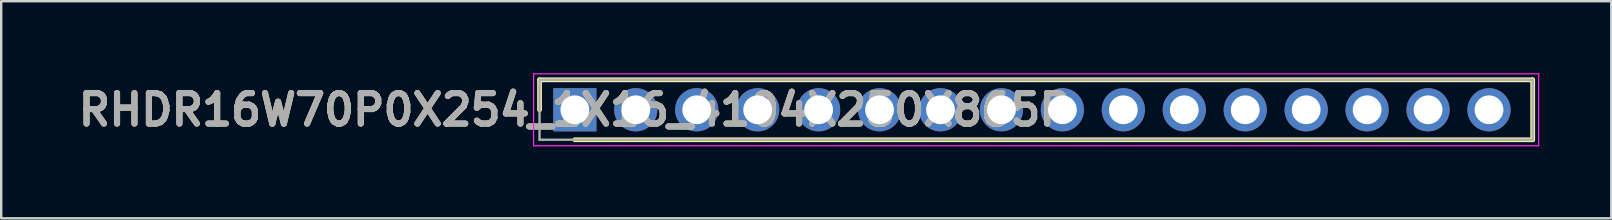
<source format=kicad_pcb>
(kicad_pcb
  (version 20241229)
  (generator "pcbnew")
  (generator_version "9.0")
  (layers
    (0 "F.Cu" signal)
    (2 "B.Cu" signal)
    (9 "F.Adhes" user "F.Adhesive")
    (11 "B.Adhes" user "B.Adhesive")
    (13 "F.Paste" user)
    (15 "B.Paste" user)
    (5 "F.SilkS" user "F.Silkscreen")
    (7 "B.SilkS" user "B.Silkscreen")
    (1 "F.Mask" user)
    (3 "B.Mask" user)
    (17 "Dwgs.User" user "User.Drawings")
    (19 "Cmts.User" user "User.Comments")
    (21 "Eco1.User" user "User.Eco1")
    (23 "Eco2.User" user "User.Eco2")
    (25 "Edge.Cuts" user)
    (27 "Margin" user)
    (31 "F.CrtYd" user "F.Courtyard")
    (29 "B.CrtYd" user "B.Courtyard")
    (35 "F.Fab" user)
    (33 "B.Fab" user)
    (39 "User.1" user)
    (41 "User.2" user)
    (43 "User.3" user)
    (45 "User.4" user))
  (footprint "RHDR16W70P0X254_1X16_4104X250X865P"
    (layer "F.Cu")
    (at 20.907 1.525)
    (property "Reference" "RHDR16W70P0X254_1X16_4104X250X865P" (at 0 0 0) (layer "F.SilkS") (effects (font (size 1.27 1.27) (thickness 0.254))))
    (attr through_hole)
    (fp_line (start -1.47 -1.25) (end -1.47 0) (stroke (width 0.2) (type solid)) (layer "F.SilkS"))
    (fp_line (start 0 1.25) (end 39.92 1.25) (stroke (width 0.2) (type solid)) (layer "F.SilkS"))
    (fp_line (start 39.92 -1.25) (end -1.47 -1.25) (stroke (width 0.2) (type solid)) (layer "F.SilkS"))
    (fp_line (start 39.92 1.25) (end 39.92 -1.25) (stroke (width 0.2) (type solid)) (layer "F.SilkS"))
    (fp_line (start -1.72 -1.5) (end 40.17 -1.5) (stroke (width 0.05) (type solid)) (layer "F.CrtYd"))
    (fp_line (start -1.72 1.5) (end -1.72 -1.5) (stroke (width 0.05) (type solid)) (layer "F.CrtYd"))
    (fp_line (start 40.17 -1.5) (end 40.17 1.5) (stroke (width 0.05) (type solid)) (layer "F.CrtYd"))
    (fp_line (start 40.17 1.5) (end -1.72 1.5) (stroke (width 0.05) (type solid)) (layer "F.CrtYd"))
    (fp_line (start -1.47 -1.25) (end 39.92 -1.25) (stroke (width 0.1) (type solid)) (layer "F.Fab"))
    (fp_line (start -1.47 1.25) (end -1.47 -1.25) (stroke (width 0.1) (type solid)) (layer "F.Fab"))
    (fp_line (start 39.92 -1.25) (end 39.92 1.25) (stroke (width 0.1) (type solid)) (layer "F.Fab"))
    (fp_line (start 39.92 1.25) (end -1.47 1.25) (stroke (width 0.1) (type solid)) (layer "F.Fab"))
    (fp_text user "${REFERENCE}" (at 0 0 0) (layer "F.Fab") (effects (font (size 1.27 1.27) (thickness 0.254))))
    (pad "1" thru_hole rect (at 0 0) (size 1.8 1.8) (drill 1.2) (layers "*.Cu" "*.Mask"))
    (pad "2" thru_hole circle (at 2.54 0) (size 1.8 1.8) (drill 1.2) (layers "*.Cu" "*.Mask"))
    (pad "3" thru_hole circle (at 5.08 0) (size 1.8 1.8) (drill 1.2) (layers "*.Cu" "*.Mask"))
    (pad "4" thru_hole circle (at 7.62 0) (size 1.8 1.8) (drill 1.2) (layers "*.Cu" "*.Mask"))
    (pad "5" thru_hole circle (at 10.16 0) (size 1.8 1.8) (drill 1.2) (layers "*.Cu" "*.Mask"))
    (pad "6" thru_hole circle (at 12.7 0) (size 1.8 1.8) (drill 1.2) (layers "*.Cu" "*.Mask"))
    (pad "7" thru_hole circle (at 15.24 0) (size 1.8 1.8) (drill 1.2) (layers "*.Cu" "*.Mask"))
    (pad "8" thru_hole circle (at 17.78 0) (size 1.8 1.8) (drill 1.2) (layers "*.Cu" "*.Mask"))
    (pad "9" thru_hole circle (at 20.32 0) (size 1.8 1.8) (drill 1.2) (layers "*.Cu" "*.Mask"))
    (pad "10" thru_hole circle (at 22.86 0) (size 1.8 1.8) (drill 1.2) (layers "*.Cu" "*.Mask"))
    (pad "11" thru_hole circle (at 25.4 0) (size 1.8 1.8) (drill 1.2) (layers "*.Cu" "*.Mask"))
    (pad "12" thru_hole circle (at 27.94 0) (size 1.8 1.8) (drill 1.2) (layers "*.Cu" "*.Mask"))
    (pad "13" thru_hole circle (at 30.48 0) (size 1.8 1.8) (drill 1.2) (layers "*.Cu" "*.Mask"))
    (pad "14" thru_hole circle (at 33.02 0) (size 1.8 1.8) (drill 1.2) (layers "*.Cu" "*.Mask"))
    (pad "15" thru_hole circle (at 35.56 0) (size 1.8 1.8) (drill 1.2) (layers "*.Cu" "*.Mask"))
    (pad "16" thru_hole circle (at 38.1 0) (size 1.8 1.8) (drill 1.2) (layers "*.Cu" "*.Mask")))
  (gr_rect
    (start -3 -3)
    (end 64.102 6.05)
    (stroke (width 0.1) (type default))
    (fill no)
    (layer "Edge.Cuts")))
</source>
